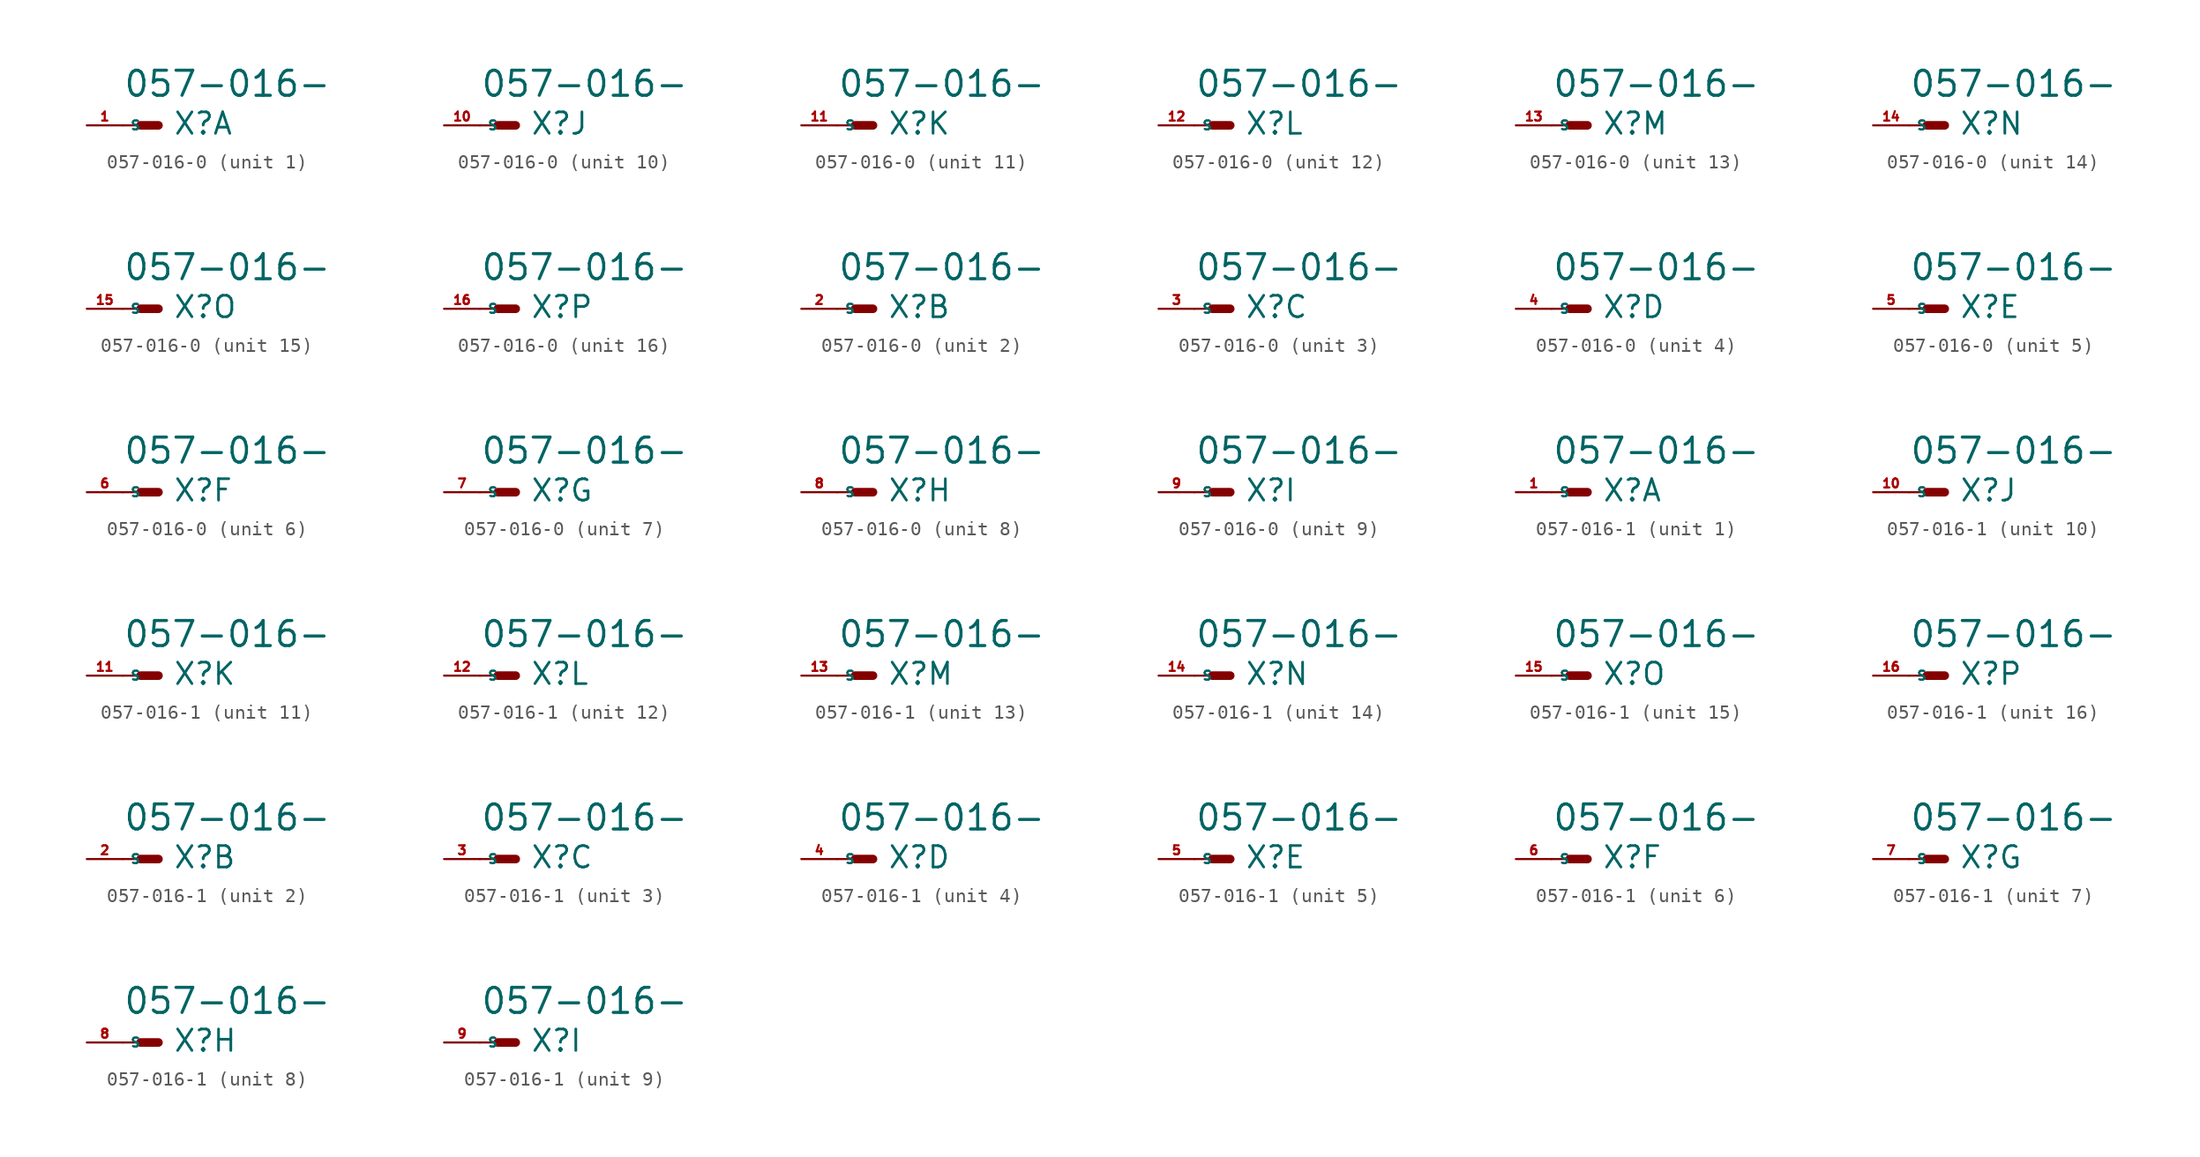
<source format=kicad_sym>
(kicad_symbol_lib
  (version 20220914)
  (generator Eagle2Kicad)
  (symbol "057-016-0"
    (property "Reference" "X"
      (at 1.016 -0.762 0)
      (effects (font (size 1.524 1.524) (thickness 0.19)) (justify left bottom)))
    (property "Value" "057-016-"
      (at -2.54 1.905 0)
      (effects (font (size 1.778 1.778) (thickness 0.22)) (justify left bottom)))
    (symbol "057-016-0_1_0"
      (polyline (pts (xy 0 0) (xy -1.27 0)) (stroke (width 0.61) (type default)) (fill (type none)))
      (polyline (pts (xy -2.54 0) (xy -1.27 0)) (stroke (width 0.152) (type default)) (fill (type none)))
      (pin passive line (at -5.08 0 0) (length 2.54) (name "S" (effects (font (size 0.635 0.635) (thickness 0.08)) (justify left bottom))) (number "1" (effects (font (size 0.635 0.635) (thickness 0.08)) (justify left bottom)))))
    (symbol "057-016-0_2_0"
      (polyline (pts (xy 0 0) (xy -1.27 0)) (stroke (width 0.61) (type default)) (fill (type none)))
      (polyline (pts (xy -2.54 0) (xy -1.27 0)) (stroke (width 0.152) (type default)) (fill (type none)))
      (pin passive line (at -5.08 0 0) (length 2.54) (name "S" (effects (font (size 0.635 0.635) (thickness 0.08)) (justify left bottom))) (number "2" (effects (font (size 0.635 0.635) (thickness 0.08)) (justify left bottom)))))
    (symbol "057-016-0_3_0"
      (polyline (pts (xy 0 0) (xy -1.27 0)) (stroke (width 0.61) (type default)) (fill (type none)))
      (polyline (pts (xy -2.54 0) (xy -1.27 0)) (stroke (width 0.152) (type default)) (fill (type none)))
      (pin passive line (at -5.08 0 0) (length 2.54) (name "S" (effects (font (size 0.635 0.635) (thickness 0.08)) (justify left bottom))) (number "3" (effects (font (size 0.635 0.635) (thickness 0.08)) (justify left bottom)))))
    (symbol "057-016-0_4_0"
      (polyline (pts (xy 0 0) (xy -1.27 0)) (stroke (width 0.61) (type default)) (fill (type none)))
      (polyline (pts (xy -2.54 0) (xy -1.27 0)) (stroke (width 0.152) (type default)) (fill (type none)))
      (pin passive line (at -5.08 0 0) (length 2.54) (name "S" (effects (font (size 0.635 0.635) (thickness 0.08)) (justify left bottom))) (number "4" (effects (font (size 0.635 0.635) (thickness 0.08)) (justify left bottom)))))
    (symbol "057-016-0_5_0"
      (polyline (pts (xy 0 0) (xy -1.27 0)) (stroke (width 0.61) (type default)) (fill (type none)))
      (polyline (pts (xy -2.54 0) (xy -1.27 0)) (stroke (width 0.152) (type default)) (fill (type none)))
      (pin passive line (at -5.08 0 0) (length 2.54) (name "S" (effects (font (size 0.635 0.635) (thickness 0.08)) (justify left bottom))) (number "5" (effects (font (size 0.635 0.635) (thickness 0.08)) (justify left bottom)))))
    (symbol "057-016-0_6_0"
      (polyline (pts (xy 0 0) (xy -1.27 0)) (stroke (width 0.61) (type default)) (fill (type none)))
      (polyline (pts (xy -2.54 0) (xy -1.27 0)) (stroke (width 0.152) (type default)) (fill (type none)))
      (pin passive line (at -5.08 0 0) (length 2.54) (name "S" (effects (font (size 0.635 0.635) (thickness 0.08)) (justify left bottom))) (number "6" (effects (font (size 0.635 0.635) (thickness 0.08)) (justify left bottom)))))
    (symbol "057-016-0_7_0"
      (polyline (pts (xy 0 0) (xy -1.27 0)) (stroke (width 0.61) (type default)) (fill (type none)))
      (polyline (pts (xy -2.54 0) (xy -1.27 0)) (stroke (width 0.152) (type default)) (fill (type none)))
      (pin passive line (at -5.08 0 0) (length 2.54) (name "S" (effects (font (size 0.635 0.635) (thickness 0.08)) (justify left bottom))) (number "7" (effects (font (size 0.635 0.635) (thickness 0.08)) (justify left bottom)))))
    (symbol "057-016-0_8_0"
      (polyline (pts (xy 0 0) (xy -1.27 0)) (stroke (width 0.61) (type default)) (fill (type none)))
      (polyline (pts (xy -2.54 0) (xy -1.27 0)) (stroke (width 0.152) (type default)) (fill (type none)))
      (pin passive line (at -5.08 0 0) (length 2.54) (name "S" (effects (font (size 0.635 0.635) (thickness 0.08)) (justify left bottom))) (number "8" (effects (font (size 0.635 0.635) (thickness 0.08)) (justify left bottom)))))
    (symbol "057-016-0_9_0"
      (polyline (pts (xy 0 0) (xy -1.27 0)) (stroke (width 0.61) (type default)) (fill (type none)))
      (polyline (pts (xy -2.54 0) (xy -1.27 0)) (stroke (width 0.152) (type default)) (fill (type none)))
      (pin passive line (at -5.08 0 0) (length 2.54) (name "S" (effects (font (size 0.635 0.635) (thickness 0.08)) (justify left bottom))) (number "9" (effects (font (size 0.635 0.635) (thickness 0.08)) (justify left bottom)))))
    (symbol "057-016-0_10_0"
      (polyline (pts (xy 0 0) (xy -1.27 0)) (stroke (width 0.61) (type default)) (fill (type none)))
      (polyline (pts (xy -2.54 0) (xy -1.27 0)) (stroke (width 0.152) (type default)) (fill (type none)))
      (pin passive line (at -5.08 0 0) (length 2.54) (name "S" (effects (font (size 0.635 0.635) (thickness 0.08)) (justify left bottom))) (number "10" (effects (font (size 0.635 0.635) (thickness 0.08)) (justify left bottom)))))
    (symbol "057-016-0_11_0"
      (polyline (pts (xy 0 0) (xy -1.27 0)) (stroke (width 0.61) (type default)) (fill (type none)))
      (polyline (pts (xy -2.54 0) (xy -1.27 0)) (stroke (width 0.152) (type default)) (fill (type none)))
      (pin passive line (at -5.08 0 0) (length 2.54) (name "S" (effects (font (size 0.635 0.635) (thickness 0.08)) (justify left bottom))) (number "11" (effects (font (size 0.635 0.635) (thickness 0.08)) (justify left bottom)))))
    (symbol "057-016-0_12_0"
      (polyline (pts (xy 0 0) (xy -1.27 0)) (stroke (width 0.61) (type default)) (fill (type none)))
      (polyline (pts (xy -2.54 0) (xy -1.27 0)) (stroke (width 0.152) (type default)) (fill (type none)))
      (pin passive line (at -5.08 0 0) (length 2.54) (name "S" (effects (font (size 0.635 0.635) (thickness 0.08)) (justify left bottom))) (number "12" (effects (font (size 0.635 0.635) (thickness 0.08)) (justify left bottom)))))
    (symbol "057-016-0_13_0"
      (polyline (pts (xy 0 0) (xy -1.27 0)) (stroke (width 0.61) (type default)) (fill (type none)))
      (polyline (pts (xy -2.54 0) (xy -1.27 0)) (stroke (width 0.152) (type default)) (fill (type none)))
      (pin passive line (at -5.08 0 0) (length 2.54) (name "S" (effects (font (size 0.635 0.635) (thickness 0.08)) (justify left bottom))) (number "13" (effects (font (size 0.635 0.635) (thickness 0.08)) (justify left bottom)))))
    (symbol "057-016-0_14_0"
      (polyline (pts (xy 0 0) (xy -1.27 0)) (stroke (width 0.61) (type default)) (fill (type none)))
      (polyline (pts (xy -2.54 0) (xy -1.27 0)) (stroke (width 0.152) (type default)) (fill (type none)))
      (pin passive line (at -5.08 0 0) (length 2.54) (name "S" (effects (font (size 0.635 0.635) (thickness 0.08)) (justify left bottom))) (number "14" (effects (font (size 0.635 0.635) (thickness 0.08)) (justify left bottom)))))
    (symbol "057-016-0_15_0"
      (polyline (pts (xy 0 0) (xy -1.27 0)) (stroke (width 0.61) (type default)) (fill (type none)))
      (polyline (pts (xy -2.54 0) (xy -1.27 0)) (stroke (width 0.152) (type default)) (fill (type none)))
      (pin passive line (at -5.08 0 0) (length 2.54) (name "S" (effects (font (size 0.635 0.635) (thickness 0.08)) (justify left bottom))) (number "15" (effects (font (size 0.635 0.635) (thickness 0.08)) (justify left bottom)))))
    (symbol "057-016-0_16_0"
      (polyline (pts (xy 0 0) (xy -1.27 0)) (stroke (width 0.61) (type default)) (fill (type none)))
      (polyline (pts (xy -2.54 0) (xy -1.27 0)) (stroke (width 0.152) (type default)) (fill (type none)))
      (pin passive line (at -5.08 0 0) (length 2.54) (name "S" (effects (font (size 0.635 0.635) (thickness 0.08)) (justify left bottom))) (number "16" (effects (font (size 0.635 0.635) (thickness 0.08)) (justify left bottom))))))
  (symbol "057-016-1"
    (property "Reference" "X"
      (at 1.016 -0.762 0)
      (effects (font (size 1.524 1.524) (thickness 0.19)) (justify left bottom)))
    (property "Value" "057-016-"
      (at -2.54 1.905 0)
      (effects (font (size 1.778 1.778) (thickness 0.22)) (justify left bottom)))
    (symbol "057-016-1_1_0"
      (polyline (pts (xy 0 0) (xy -1.27 0)) (stroke (width 0.61) (type default)) (fill (type none)))
      (polyline (pts (xy -2.54 0) (xy -1.27 0)) (stroke (width 0.152) (type default)) (fill (type none)))
      (pin passive line (at -5.08 0 0) (length 2.54) (name "S" (effects (font (size 0.635 0.635) (thickness 0.08)) (justify left bottom))) (number "1" (effects (font (size 0.635 0.635) (thickness 0.08)) (justify left bottom)))))
    (symbol "057-016-1_2_0"
      (polyline (pts (xy 0 0) (xy -1.27 0)) (stroke (width 0.61) (type default)) (fill (type none)))
      (polyline (pts (xy -2.54 0) (xy -1.27 0)) (stroke (width 0.152) (type default)) (fill (type none)))
      (pin passive line (at -5.08 0 0) (length 2.54) (name "S" (effects (font (size 0.635 0.635) (thickness 0.08)) (justify left bottom))) (number "2" (effects (font (size 0.635 0.635) (thickness 0.08)) (justify left bottom)))))
    (symbol "057-016-1_3_0"
      (polyline (pts (xy 0 0) (xy -1.27 0)) (stroke (width 0.61) (type default)) (fill (type none)))
      (polyline (pts (xy -2.54 0) (xy -1.27 0)) (stroke (width 0.152) (type default)) (fill (type none)))
      (pin passive line (at -5.08 0 0) (length 2.54) (name "S" (effects (font (size 0.635 0.635) (thickness 0.08)) (justify left bottom))) (number "3" (effects (font (size 0.635 0.635) (thickness 0.08)) (justify left bottom)))))
    (symbol "057-016-1_4_0"
      (polyline (pts (xy 0 0) (xy -1.27 0)) (stroke (width 0.61) (type default)) (fill (type none)))
      (polyline (pts (xy -2.54 0) (xy -1.27 0)) (stroke (width 0.152) (type default)) (fill (type none)))
      (pin passive line (at -5.08 0 0) (length 2.54) (name "S" (effects (font (size 0.635 0.635) (thickness 0.08)) (justify left bottom))) (number "4" (effects (font (size 0.635 0.635) (thickness 0.08)) (justify left bottom)))))
    (symbol "057-016-1_5_0"
      (polyline (pts (xy 0 0) (xy -1.27 0)) (stroke (width 0.61) (type default)) (fill (type none)))
      (polyline (pts (xy -2.54 0) (xy -1.27 0)) (stroke (width 0.152) (type default)) (fill (type none)))
      (pin passive line (at -5.08 0 0) (length 2.54) (name "S" (effects (font (size 0.635 0.635) (thickness 0.08)) (justify left bottom))) (number "5" (effects (font (size 0.635 0.635) (thickness 0.08)) (justify left bottom)))))
    (symbol "057-016-1_6_0"
      (polyline (pts (xy 0 0) (xy -1.27 0)) (stroke (width 0.61) (type default)) (fill (type none)))
      (polyline (pts (xy -2.54 0) (xy -1.27 0)) (stroke (width 0.152) (type default)) (fill (type none)))
      (pin passive line (at -5.08 0 0) (length 2.54) (name "S" (effects (font (size 0.635 0.635) (thickness 0.08)) (justify left bottom))) (number "6" (effects (font (size 0.635 0.635) (thickness 0.08)) (justify left bottom)))))
    (symbol "057-016-1_7_0"
      (polyline (pts (xy 0 0) (xy -1.27 0)) (stroke (width 0.61) (type default)) (fill (type none)))
      (polyline (pts (xy -2.54 0) (xy -1.27 0)) (stroke (width 0.152) (type default)) (fill (type none)))
      (pin passive line (at -5.08 0 0) (length 2.54) (name "S" (effects (font (size 0.635 0.635) (thickness 0.08)) (justify left bottom))) (number "7" (effects (font (size 0.635 0.635) (thickness 0.08)) (justify left bottom)))))
    (symbol "057-016-1_8_0"
      (polyline (pts (xy 0 0) (xy -1.27 0)) (stroke (width 0.61) (type default)) (fill (type none)))
      (polyline (pts (xy -2.54 0) (xy -1.27 0)) (stroke (width 0.152) (type default)) (fill (type none)))
      (pin passive line (at -5.08 0 0) (length 2.54) (name "S" (effects (font (size 0.635 0.635) (thickness 0.08)) (justify left bottom))) (number "8" (effects (font (size 0.635 0.635) (thickness 0.08)) (justify left bottom)))))
    (symbol "057-016-1_9_0"
      (polyline (pts (xy 0 0) (xy -1.27 0)) (stroke (width 0.61) (type default)) (fill (type none)))
      (polyline (pts (xy -2.54 0) (xy -1.27 0)) (stroke (width 0.152) (type default)) (fill (type none)))
      (pin passive line (at -5.08 0 0) (length 2.54) (name "S" (effects (font (size 0.635 0.635) (thickness 0.08)) (justify left bottom))) (number "9" (effects (font (size 0.635 0.635) (thickness 0.08)) (justify left bottom)))))
    (symbol "057-016-1_10_0"
      (polyline (pts (xy 0 0) (xy -1.27 0)) (stroke (width 0.61) (type default)) (fill (type none)))
      (polyline (pts (xy -2.54 0) (xy -1.27 0)) (stroke (width 0.152) (type default)) (fill (type none)))
      (pin passive line (at -5.08 0 0) (length 2.54) (name "S" (effects (font (size 0.635 0.635) (thickness 0.08)) (justify left bottom))) (number "10" (effects (font (size 0.635 0.635) (thickness 0.08)) (justify left bottom)))))
    (symbol "057-016-1_11_0"
      (polyline (pts (xy 0 0) (xy -1.27 0)) (stroke (width 0.61) (type default)) (fill (type none)))
      (polyline (pts (xy -2.54 0) (xy -1.27 0)) (stroke (width 0.152) (type default)) (fill (type none)))
      (pin passive line (at -5.08 0 0) (length 2.54) (name "S" (effects (font (size 0.635 0.635) (thickness 0.08)) (justify left bottom))) (number "11" (effects (font (size 0.635 0.635) (thickness 0.08)) (justify left bottom)))))
    (symbol "057-016-1_12_0"
      (polyline (pts (xy 0 0) (xy -1.27 0)) (stroke (width 0.61) (type default)) (fill (type none)))
      (polyline (pts (xy -2.54 0) (xy -1.27 0)) (stroke (width 0.152) (type default)) (fill (type none)))
      (pin passive line (at -5.08 0 0) (length 2.54) (name "S" (effects (font (size 0.635 0.635) (thickness 0.08)) (justify left bottom))) (number "12" (effects (font (size 0.635 0.635) (thickness 0.08)) (justify left bottom)))))
    (symbol "057-016-1_13_0"
      (polyline (pts (xy 0 0) (xy -1.27 0)) (stroke (width 0.61) (type default)) (fill (type none)))
      (polyline (pts (xy -2.54 0) (xy -1.27 0)) (stroke (width 0.152) (type default)) (fill (type none)))
      (pin passive line (at -5.08 0 0) (length 2.54) (name "S" (effects (font (size 0.635 0.635) (thickness 0.08)) (justify left bottom))) (number "13" (effects (font (size 0.635 0.635) (thickness 0.08)) (justify left bottom)))))
    (symbol "057-016-1_14_0"
      (polyline (pts (xy 0 0) (xy -1.27 0)) (stroke (width 0.61) (type default)) (fill (type none)))
      (polyline (pts (xy -2.54 0) (xy -1.27 0)) (stroke (width 0.152) (type default)) (fill (type none)))
      (pin passive line (at -5.08 0 0) (length 2.54) (name "S" (effects (font (size 0.635 0.635) (thickness 0.08)) (justify left bottom))) (number "14" (effects (font (size 0.635 0.635) (thickness 0.08)) (justify left bottom)))))
    (symbol "057-016-1_15_0"
      (polyline (pts (xy 0 0) (xy -1.27 0)) (stroke (width 0.61) (type default)) (fill (type none)))
      (polyline (pts (xy -2.54 0) (xy -1.27 0)) (stroke (width 0.152) (type default)) (fill (type none)))
      (pin passive line (at -5.08 0 0) (length 2.54) (name "S" (effects (font (size 0.635 0.635) (thickness 0.08)) (justify left bottom))) (number "15" (effects (font (size 0.635 0.635) (thickness 0.08)) (justify left bottom)))))
    (symbol "057-016-1_16_0"
      (polyline (pts (xy 0 0) (xy -1.27 0)) (stroke (width 0.61) (type default)) (fill (type none)))
      (polyline (pts (xy -2.54 0) (xy -1.27 0)) (stroke (width 0.152) (type default)) (fill (type none)))
      (pin passive line (at -5.08 0 0) (length 2.54) (name "S" (effects (font (size 0.635 0.635) (thickness 0.08)) (justify left bottom))) (number "16" (effects (font (size 0.635 0.635) (thickness 0.08)) (justify left bottom)))))))
</source>
